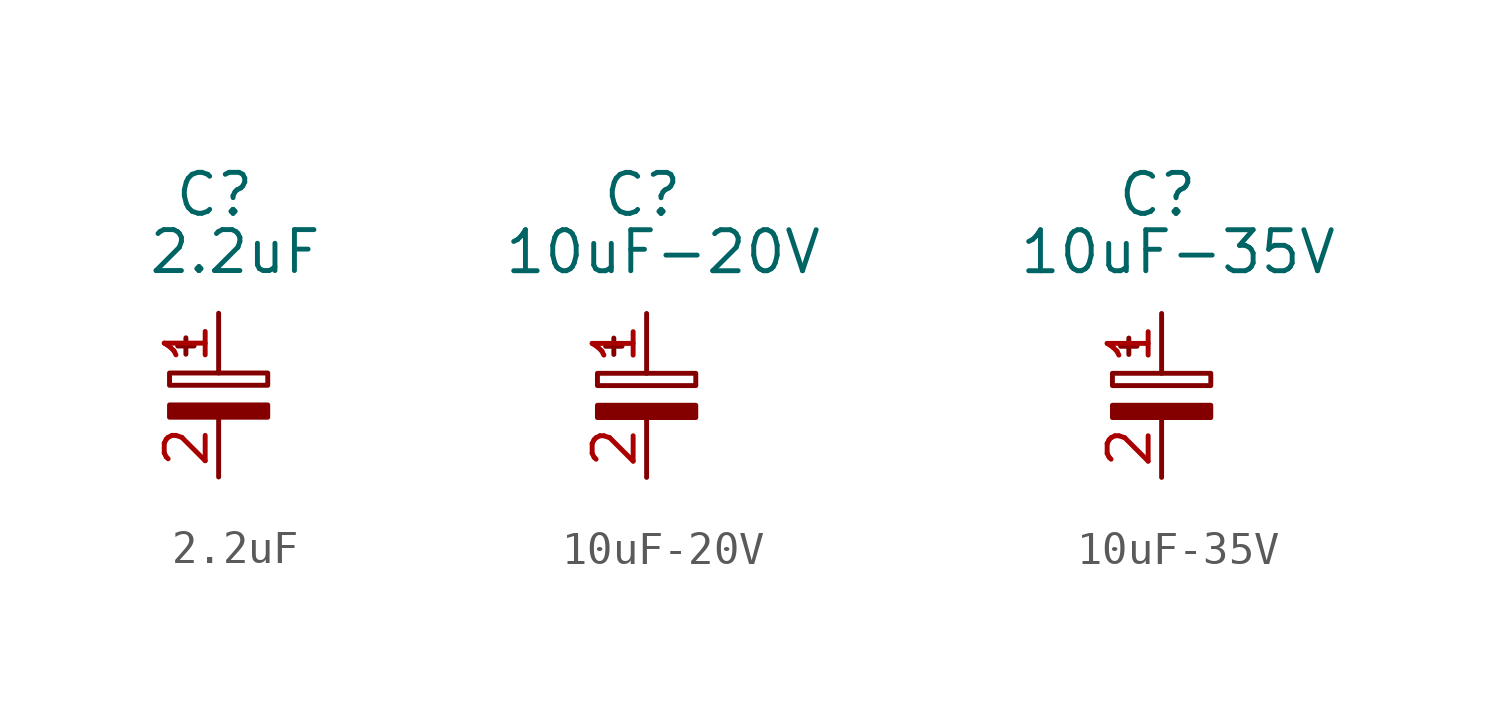
<source format=kicad_sym>
(kicad_symbol_lib
  (version 20241209)
  (generator "kicad_symbol_editor")
  (generator_version "9.0")
  (symbol "2.2uF"
    (pin_names
      (offset 0))
    (property "Reference" "C"
      (at -0.127 6.223 0)
      (effects (font (size 1.27 1.27))))
    (property "Value" "2.2uF"
      (at 0.508 4.445 0)
      (effects (font (size 1.27 1.27))))
    (symbol "2.2uF_1_1"
      (rectangle (start -1.524 0.686) (end 1.524 0.305) (stroke (width 0) (type solid)) (fill (type none)))
      (rectangle (start -1.524 -0.305) (end 1.524 -0.686) (stroke (width 0) (type solid)) (fill (type outline)))
      (polyline (pts (xy -1.27 1.524) (xy -0.762 1.524)) (stroke (width 0) (type solid)) (fill (type none)))
      (polyline (pts (xy -1.016 1.27) (xy -1.016 1.778)) (stroke (width 0) (type solid)) (fill (type none)))
      (pin passive line (at 0 2.54 270) (length 1.854) (name "~" (effects (font (size 1.27 1.27)))) (number "1" (effects (font (size 1.27 1.27)))))
      (pin passive line (at 0 -2.54 90) (length 1.854) (name "~" (effects (font (size 1.27 1.27)))) (number "2" (effects (font (size 1.27 1.27)))))))
  (symbol "10uF-20V"
    (pin_names
      (offset 0))
    (property "Reference" "C"
      (at -0.127 6.223 0)
      (effects (font (size 1.27 1.27))))
    (property "Value" "10uF-20V"
      (at 0.508 4.445 0)
      (effects (font (size 1.27 1.27))))
    (symbol "10uF-20V_1_1"
      (rectangle (start -1.524 0.686) (end 1.524 0.305) (stroke (width 0) (type solid)) (fill (type none)))
      (rectangle (start -1.524 -0.305) (end 1.524 -0.686) (stroke (width 0) (type solid)) (fill (type outline)))
      (polyline (pts (xy -1.27 1.524) (xy -0.762 1.524)) (stroke (width 0) (type solid)) (fill (type none)))
      (polyline (pts (xy -1.016 1.27) (xy -1.016 1.778)) (stroke (width 0) (type solid)) (fill (type none)))
      (pin passive line (at 0 2.54 270) (length 1.854) (name "~" (effects (font (size 1.27 1.27)))) (number "1" (effects (font (size 1.27 1.27)))))
      (pin passive line (at 0 -2.54 90) (length 1.854) (name "~" (effects (font (size 1.27 1.27)))) (number "2" (effects (font (size 1.27 1.27)))))))
  (symbol "10uF-35V"
    (pin_names
      (offset 0))
    (property "Reference" "C"
      (at -0.127 6.223 0)
      (effects (font (size 1.27 1.27))))
    (property "Value" "10uF-35V"
      (at 0.508 4.445 0)
      (effects (font (size 1.27 1.27))))
    (symbol "10uF-35V_1_1"
      (rectangle (start -1.524 0.686) (end 1.524 0.305) (stroke (width 0) (type solid)) (fill (type none)))
      (rectangle (start -1.524 -0.305) (end 1.524 -0.686) (stroke (width 0) (type solid)) (fill (type outline)))
      (polyline (pts (xy -1.27 1.524) (xy -0.762 1.524)) (stroke (width 0) (type solid)) (fill (type none)))
      (polyline (pts (xy -1.016 1.27) (xy -1.016 1.778)) (stroke (width 0) (type solid)) (fill (type none)))
      (pin passive line (at 0 2.54 270) (length 1.854) (name "~" (effects (font (size 1.27 1.27)))) (number "1" (effects (font (size 1.27 1.27)))))
      (pin passive line (at 0 -2.54 90) (length 1.854) (name "~" (effects (font (size 1.27 1.27)))) (number "2" (effects (font (size 1.27 1.27))))))))
</source>
